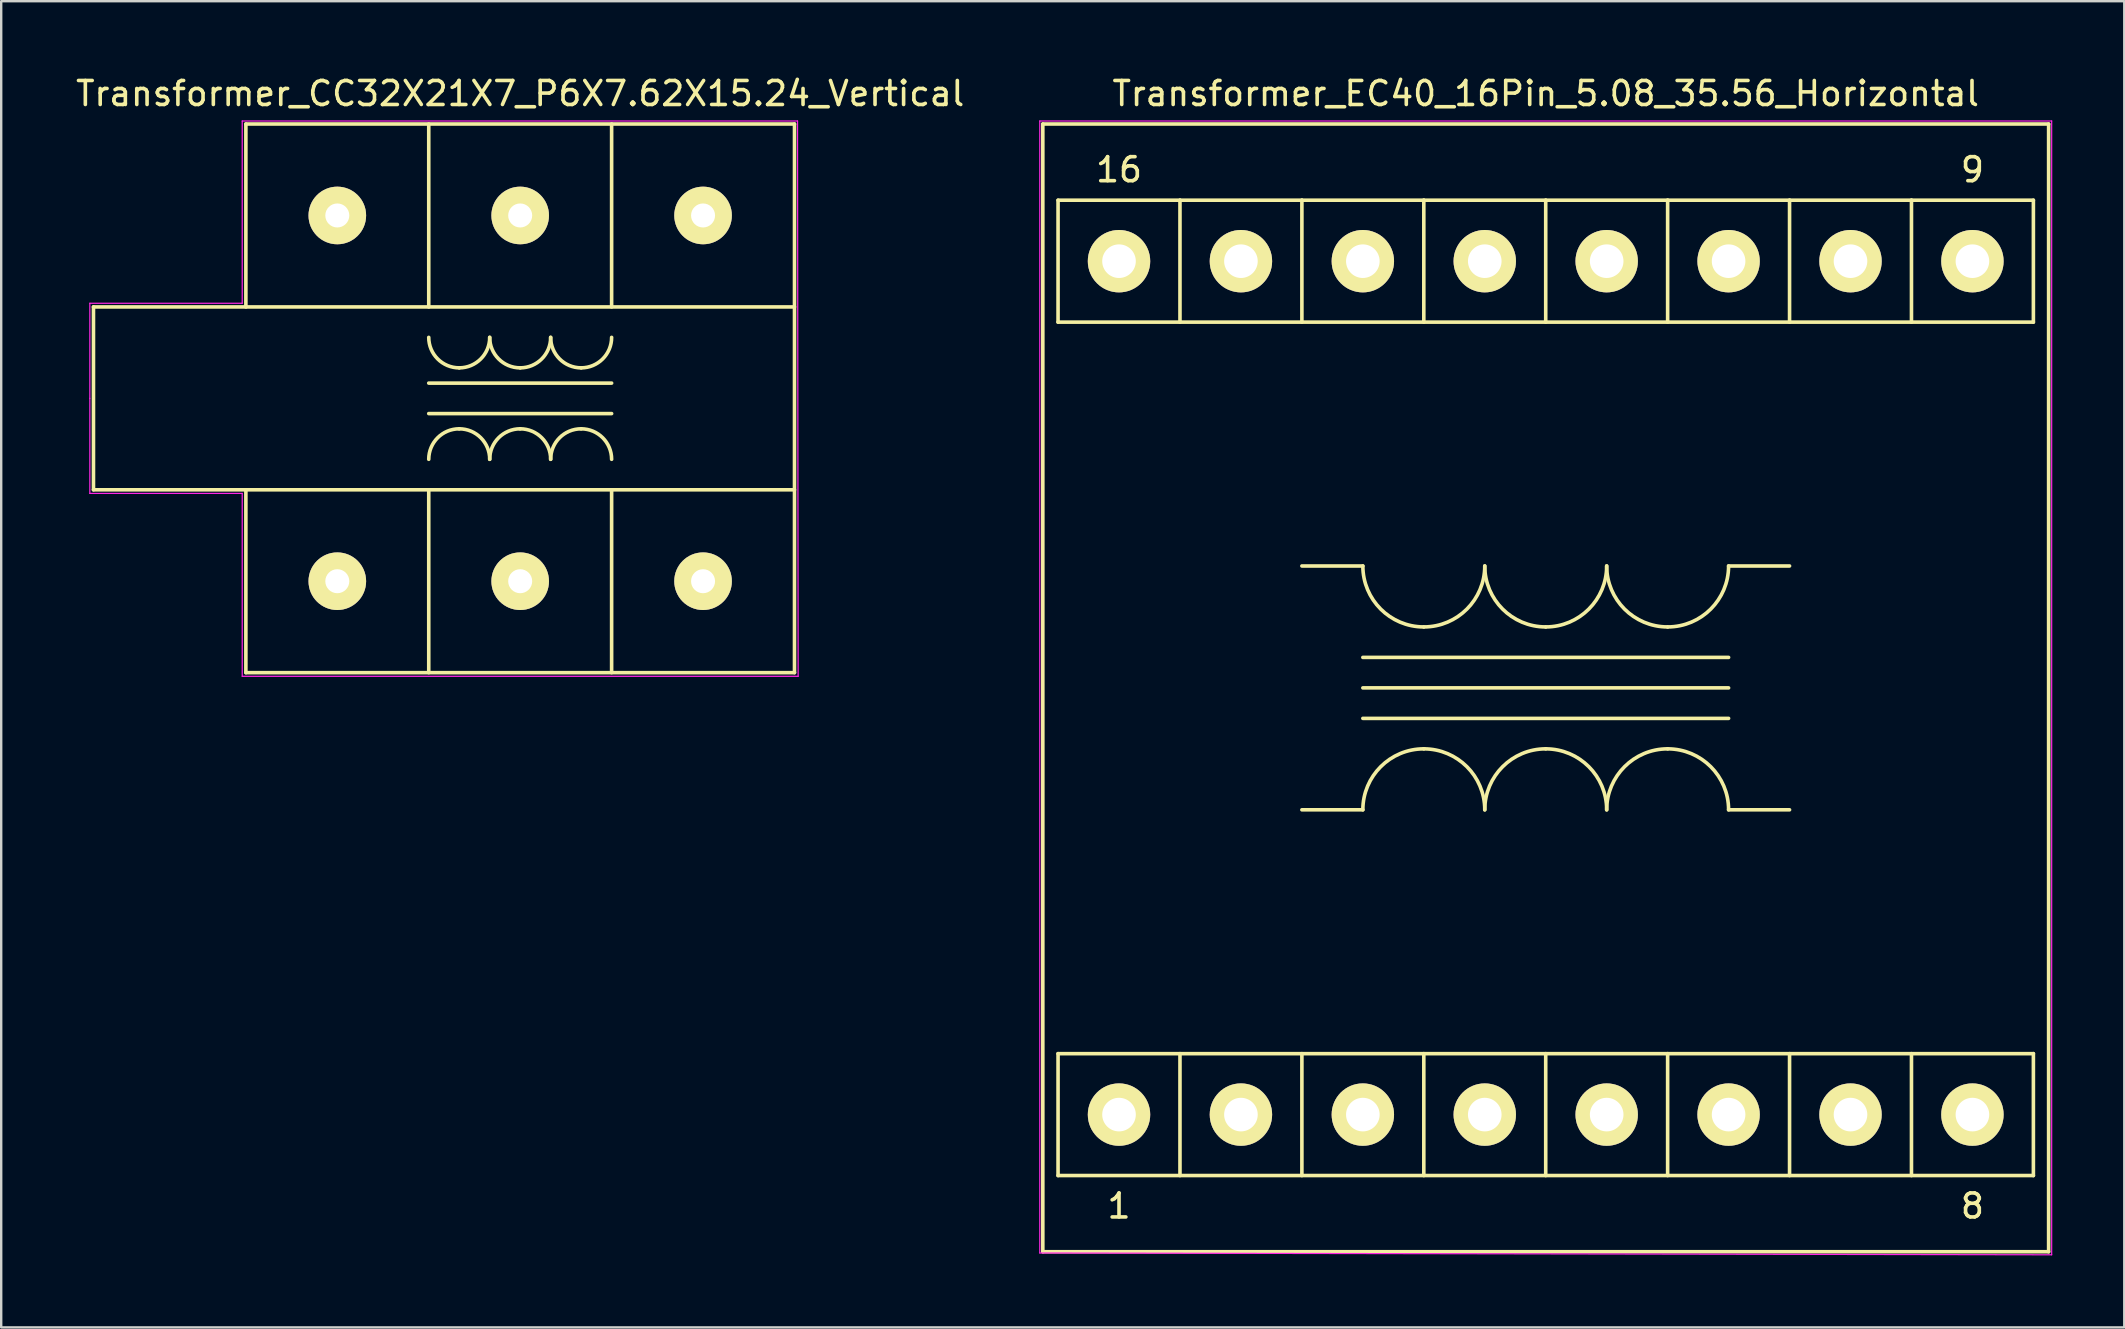
<source format=kicad_pcb>
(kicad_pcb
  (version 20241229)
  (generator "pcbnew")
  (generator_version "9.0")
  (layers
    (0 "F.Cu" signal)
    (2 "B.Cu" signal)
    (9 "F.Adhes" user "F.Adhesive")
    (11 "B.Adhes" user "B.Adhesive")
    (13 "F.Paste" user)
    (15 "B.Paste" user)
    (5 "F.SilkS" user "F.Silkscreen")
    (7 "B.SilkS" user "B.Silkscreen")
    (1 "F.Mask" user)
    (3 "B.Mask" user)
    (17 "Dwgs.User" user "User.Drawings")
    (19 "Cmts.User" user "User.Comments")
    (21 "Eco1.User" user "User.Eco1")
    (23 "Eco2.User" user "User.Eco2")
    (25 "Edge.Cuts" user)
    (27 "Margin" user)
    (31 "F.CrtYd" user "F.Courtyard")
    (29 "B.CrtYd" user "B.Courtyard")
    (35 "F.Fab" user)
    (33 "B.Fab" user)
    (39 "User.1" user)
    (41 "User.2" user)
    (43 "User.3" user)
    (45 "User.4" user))
  (footprint "Transformer_CC32X21X7_P6X7.62X15.24_Vertical"
    (layer "F.Cu")
    (at 11.005 21.168)
    (property "Reference" "Transformer_CC32X21X7_P6X7.62X15.24_Vertical" (at 7.62 -20.32 0) (layer "F.SilkS") (effects (font (size 1 1) (thickness 0.15))))
    (attr through_hole)
    (fp_line (start -10.16 -11.43) (end 19.05 -11.43) (stroke (width 0.15) (type solid)) (layer "F.SilkS"))
    (fp_line (start -10.16 -3.81) (end -10.16 -11.43) (stroke (width 0.15) (type solid)) (layer "F.SilkS"))
    (fp_line (start -10.16 -3.81) (end 19.05 -3.81) (stroke (width 0.15) (type solid)) (layer "F.SilkS"))
    (fp_line (start -3.81 -19.05) (end -3.81 -11.43) (stroke (width 0.15) (type solid)) (layer "F.SilkS"))
    (fp_line (start -3.81 -19.05) (end 19.05 -19.05) (stroke (width 0.15) (type solid)) (layer "F.SilkS"))
    (fp_line (start -3.81 3.81) (end -3.81 -3.81) (stroke (width 0.15) (type solid)) (layer "F.SilkS"))
    (fp_line (start -3.81 3.81) (end 19.05 3.81) (stroke (width 0.15) (type solid)) (layer "F.SilkS"))
    (fp_line (start 3.81 -19.05) (end 3.81 -11.43) (stroke (width 0.15) (type solid)) (layer "F.SilkS"))
    (fp_line (start 3.81 -8.255) (end 11.43 -8.255) (stroke (width 0.15) (type solid)) (layer "F.SilkS"))
    (fp_line (start 3.81 -6.985) (end 11.43 -6.985) (stroke (width 0.15) (type solid)) (layer "F.SilkS"))
    (fp_line (start 3.81 3.81) (end 3.81 -3.81) (stroke (width 0.15) (type solid)) (layer "F.SilkS"))
    (fp_line (start 11.43 -19.05) (end 11.43 -11.43) (stroke (width 0.15) (type solid)) (layer "F.SilkS"))
    (fp_line (start 11.43 3.81) (end 11.43 -3.81) (stroke (width 0.15) (type solid)) (layer "F.SilkS"))
    (fp_line (start 19.05 3.81) (end 19.05 -19.05) (stroke (width 0.15) (type solid)) (layer "F.SilkS"))
    (fp_arc (start 3.81 -5.08) (mid 4.181974 -5.978026) (end 5.08 -6.35) (stroke (width 0.15) (type solid)) (layer "F.SilkS"))
    (fp_arc (start 5.08 -8.89) (mid 4.181974 -9.261974) (end 3.81 -10.16) (stroke (width 0.15) (type solid)) (layer "F.SilkS"))
    (fp_arc (start 5.08 -6.35) (mid 5.978026 -5.978026) (end 6.35 -5.08) (stroke (width 0.15) (type solid)) (layer "F.SilkS"))
    (fp_arc (start 6.35 -10.16) (mid 5.978026 -9.261974) (end 5.08 -8.89) (stroke (width 0.15) (type solid)) (layer "F.SilkS"))
    (fp_arc (start 6.35 -5.08) (mid 6.721974 -5.978026) (end 7.62 -6.35) (stroke (width 0.15) (type solid)) (layer "F.SilkS"))
    (fp_arc (start 7.62 -8.89) (mid 6.721974 -9.261974) (end 6.35 -10.16) (stroke (width 0.15) (type solid)) (layer "F.SilkS"))
    (fp_arc (start 7.62 -6.35) (mid 8.518026 -5.978026) (end 8.89 -5.08) (stroke (width 0.15) (type solid)) (layer "F.SilkS"))
    (fp_arc (start 8.89 -10.16) (mid 8.518026 -9.261974) (end 7.62 -8.89) (stroke (width 0.15) (type solid)) (layer "F.SilkS"))
    (fp_arc (start 8.89 -5.08) (mid 9.261974 -5.978026) (end 10.16 -6.35) (stroke (width 0.15) (type solid)) (layer "F.SilkS"))
    (fp_arc (start 10.16 -8.89) (mid 9.261974 -9.261974) (end 8.89 -10.16) (stroke (width 0.15) (type solid)) (layer "F.SilkS"))
    (fp_arc (start 10.16 -6.35) (mid 11.058026 -5.978026) (end 11.43 -5.08) (stroke (width 0.15) (type solid)) (layer "F.SilkS"))
    (fp_arc (start 11.43 -10.16) (mid 11.058026 -9.261974) (end 10.16 -8.89) (stroke (width 0.15) (type solid)) (layer "F.SilkS"))
    (fp_line (start -10.312 -11.582) (end -3.962 -11.582) (stroke (width 0.05) (type solid)) (layer "F.CrtYd"))
    (fp_line (start -10.312 -7.62) (end -10.312 -11.582) (stroke (width 0.05) (type solid)) (layer "F.CrtYd"))
    (fp_line (start -10.312 -3.658) (end -10.312 -7.62) (stroke (width 0.05) (type solid)) (layer "F.CrtYd"))
    (fp_line (start -3.962 -19.177) (end 19.177 -19.177) (stroke (width 0.05) (type solid)) (layer "F.CrtYd"))
    (fp_line (start -3.962 -11.582) (end -3.962 -19.177) (stroke (width 0.05) (type solid)) (layer "F.CrtYd"))
    (fp_line (start -3.962 -3.658) (end -10.312 -3.658) (stroke (width 0.05) (type solid)) (layer "F.CrtYd"))
    (fp_line (start -3.962 -3.658) (end -3.962 3.962) (stroke (width 0.05) (type solid)) (layer "F.CrtYd"))
    (fp_line (start 19.177 -19.177) (end 19.202 3.962) (stroke (width 0.05) (type solid)) (layer "F.CrtYd"))
    (fp_line (start 19.202 3.962) (end -3.962 3.962) (stroke (width 0.05) (type solid)) (layer "F.CrtYd"))
    (pad "1" thru_hole circle (at 0 0) (size 2.4 2.4) (drill 1) (layers "*.Cu" "*.Mask" "F.SilkS"))
    (pad "2" thru_hole circle (at 7.62 0) (size 2.4 2.4) (drill 1) (layers "*.Cu" "*.Mask" "F.SilkS"))
    (pad "3" thru_hole circle (at 15.24 0) (size 2.4 2.4) (drill 1) (layers "*.Cu" "*.Mask" "F.SilkS"))
    (pad "4" thru_hole circle (at 15.24 -15.24) (size 2.4 2.4) (drill 1) (layers "*.Cu" "*.Mask" "F.SilkS"))
    (pad "5" thru_hole circle (at 7.62 -15.24) (size 2.4 2.4) (drill 1) (layers "*.Cu" "*.Mask" "F.SilkS"))
    (pad "6" thru_hole circle (at 0 -15.24) (size 2.4 2.4) (drill 1) (layers "*.Cu" "*.Mask" "F.SilkS")))
  (footprint "Transformer_EC40_16Pin_5.08_35.56_Horizontal"
    (layer "F.Cu")
    (at 43.577 43.393)
    (property "Reference" "Transformer_EC40_16Pin_5.08_35.56_Horizontal" (at 17.78 -42.545 0) (layer "F.SilkS") (effects (font (size 1 1) (thickness 0.15))))
    (attr through_hole)
    (fp_line (start -3.175 -41.275) (end 38.735 -41.275) (stroke (width 0.15) (type solid)) (layer "F.SilkS"))
    (fp_line (start -3.175 5.715) (end -3.175 -41.275) (stroke (width 0.15) (type solid)) (layer "F.SilkS"))
    (fp_line (start -2.54 -38.1) (end 2.54 -38.1) (stroke (width 0.15) (type solid)) (layer "F.SilkS"))
    (fp_line (start -2.54 -33.02) (end -2.54 -38.1) (stroke (width 0.15) (type solid)) (layer "F.SilkS"))
    (fp_line (start -2.54 -2.54) (end 38.1 -2.54) (stroke (width 0.15) (type solid)) (layer "F.SilkS"))
    (fp_line (start -2.54 2.54) (end -2.54 -2.54) (stroke (width 0.15) (type solid)) (layer "F.SilkS"))
    (fp_line (start -2.54 2.54) (end 38.1 2.54) (stroke (width 0.15) (type solid)) (layer "F.SilkS"))
    (fp_line (start 2.54 -38.1) (end 2.54 -33.02) (stroke (width 0.15) (type solid)) (layer "F.SilkS"))
    (fp_line (start 2.54 -38.1) (end 7.62 -38.1) (stroke (width 0.15) (type solid)) (layer "F.SilkS"))
    (fp_line (start 2.54 -2.54) (end 2.54 2.54) (stroke (width 0.15) (type solid)) (layer "F.SilkS"))
    (fp_line (start 7.62 -38.1) (end 7.62 -33.02) (stroke (width 0.15) (type solid)) (layer "F.SilkS"))
    (fp_line (start 7.62 -38.1) (end 12.7 -38.1) (stroke (width 0.15) (type solid)) (layer "F.SilkS"))
    (fp_line (start 7.62 -22.86) (end 10.16 -22.86) (stroke (width 0.15) (type solid)) (layer "F.SilkS"))
    (fp_line (start 7.62 -12.7) (end 10.16 -12.7) (stroke (width 0.15) (type solid)) (layer "F.SilkS"))
    (fp_line (start 7.62 -2.54) (end 7.62 2.54) (stroke (width 0.15) (type solid)) (layer "F.SilkS"))
    (fp_line (start 10.16 -19.05) (end 25.4 -19.05) (stroke (width 0.15) (type solid)) (layer "F.SilkS"))
    (fp_line (start 10.16 -17.78) (end 25.4 -17.78) (stroke (width 0.15) (type solid)) (layer "F.SilkS"))
    (fp_line (start 10.16 -16.51) (end 25.4 -16.51) (stroke (width 0.15) (type solid)) (layer "F.SilkS"))
    (fp_line (start 12.7 -38.1) (end 12.7 -33.02) (stroke (width 0.15) (type solid)) (layer "F.SilkS"))
    (fp_line (start 12.7 -38.1) (end 17.78 -38.1) (stroke (width 0.15) (type solid)) (layer "F.SilkS"))
    (fp_line (start 12.7 -2.54) (end 12.7 2.54) (stroke (width 0.15) (type solid)) (layer "F.SilkS"))
    (fp_line (start 17.78 -38.1) (end 17.78 -33.02) (stroke (width 0.15) (type solid)) (layer "F.SilkS"))
    (fp_line (start 17.78 -38.1) (end 22.86 -38.1) (stroke (width 0.15) (type solid)) (layer "F.SilkS"))
    (fp_line (start 17.78 -2.54) (end 17.78 2.54) (stroke (width 0.15) (type solid)) (layer "F.SilkS"))
    (fp_line (start 22.86 -38.1) (end 22.86 -33.02) (stroke (width 0.15) (type solid)) (layer "F.SilkS"))
    (fp_line (start 22.86 -38.1) (end 27.94 -38.1) (stroke (width 0.15) (type solid)) (layer "F.SilkS"))
    (fp_line (start 22.86 -2.54) (end 22.86 2.54) (stroke (width 0.15) (type solid)) (layer "F.SilkS"))
    (fp_line (start 25.4 -22.86) (end 27.94 -22.86) (stroke (width 0.15) (type solid)) (layer "F.SilkS"))
    (fp_line (start 25.4 -12.7) (end 27.94 -12.7) (stroke (width 0.15) (type solid)) (layer "F.SilkS"))
    (fp_line (start 27.94 -38.1) (end 27.94 -33.02) (stroke (width 0.15) (type solid)) (layer "F.SilkS"))
    (fp_line (start 27.94 -38.1) (end 33.02 -38.1) (stroke (width 0.15) (type solid)) (layer "F.SilkS"))
    (fp_line (start 27.94 -2.54) (end 27.94 2.54) (stroke (width 0.15) (type solid)) (layer "F.SilkS"))
    (fp_line (start 33.02 -38.1) (end 33.02 -33.02) (stroke (width 0.15) (type solid)) (layer "F.SilkS"))
    (fp_line (start 33.02 -38.1) (end 38.1 -38.1) (stroke (width 0.15) (type solid)) (layer "F.SilkS"))
    (fp_line (start 33.02 -2.54) (end 33.02 2.54) (stroke (width 0.15) (type solid)) (layer "F.SilkS"))
    (fp_line (start 38.1 -38.1) (end 38.1 -33.02) (stroke (width 0.15) (type solid)) (layer "F.SilkS"))
    (fp_line (start 38.1 -33.02) (end -2.54 -33.02) (stroke (width 0.15) (type solid)) (layer "F.SilkS"))
    (fp_line (start 38.1 2.54) (end 38.1 -2.54) (stroke (width 0.15) (type solid)) (layer "F.SilkS"))
    (fp_line (start 38.735 -41.275) (end 38.735 5.715) (stroke (width 0.15) (type solid)) (layer "F.SilkS"))
    (fp_line (start 38.735 5.715) (end -3.175 5.715) (stroke (width 0.15) (type solid)) (layer "F.SilkS"))
    (fp_arc (start 10.16 -12.7) (mid 10.903949 -14.496051) (end 12.7 -15.24) (stroke (width 0.15) (type solid)) (layer "F.SilkS"))
    (fp_arc (start 12.7 -20.32) (mid 10.903949 -21.063949) (end 10.16 -22.86) (stroke (width 0.15) (type solid)) (layer "F.SilkS"))
    (fp_arc (start 12.7 -15.24) (mid 14.496051 -14.496051) (end 15.24 -12.7) (stroke (width 0.15) (type solid)) (layer "F.SilkS"))
    (fp_arc (start 15.24 -22.86) (mid 14.496051 -21.063949) (end 12.7 -20.32) (stroke (width 0.15) (type solid)) (layer "F.SilkS"))
    (fp_arc (start 15.24 -12.7) (mid 15.983949 -14.496051) (end 17.78 -15.24) (stroke (width 0.15) (type solid)) (layer "F.SilkS"))
    (fp_arc (start 17.78 -20.32) (mid 15.983949 -21.063949) (end 15.24 -22.86) (stroke (width 0.15) (type solid)) (layer "F.SilkS"))
    (fp_arc (start 17.78 -15.24) (mid 19.576051 -14.496051) (end 20.32 -12.7) (stroke (width 0.15) (type solid)) (layer "F.SilkS"))
    (fp_arc (start 20.32 -22.86) (mid 19.576051 -21.063949) (end 17.78 -20.32) (stroke (width 0.15) (type solid)) (layer "F.SilkS"))
    (fp_arc (start 20.32 -12.7) (mid 21.063949 -14.496051) (end 22.86 -15.24) (stroke (width 0.15) (type solid)) (layer "F.SilkS"))
    (fp_arc (start 22.86 -20.32) (mid 21.063949 -21.063949) (end 20.32 -22.86) (stroke (width 0.15) (type solid)) (layer "F.SilkS"))
    (fp_arc (start 22.86 -15.24) (mid 24.656051 -14.496051) (end 25.4 -12.7) (stroke (width 0.15) (type solid)) (layer "F.SilkS"))
    (fp_arc (start 25.4 -22.86) (mid 24.656051 -21.063949) (end 22.86 -20.32) (stroke (width 0.15) (type solid)) (layer "F.SilkS"))
    (fp_line (start -3.302 -41.402) (end 38.862 -41.402) (stroke (width 0.05) (type solid)) (layer "F.CrtYd"))
    (fp_line (start -3.302 5.766) (end -3.302 -41.402) (stroke (width 0.05) (type solid)) (layer "F.CrtYd"))
    (fp_line (start 38.862 -41.402) (end 38.862 5.842) (stroke (width 0.05) (type solid)) (layer "F.CrtYd"))
    (fp_line (start 38.862 5.842) (end -3.302 5.766) (stroke (width 0.05) (type solid)) (layer "F.CrtYd"))
    (fp_text user "8" (at 35.56 3.81 0) (layer "F.SilkS") (effects (font (size 1 1) (thickness 0.15))))
    (fp_text user "9" (at 35.56 -39.37 0) (layer "F.SilkS") (effects (font (size 1 1) (thickness 0.15))))
    (fp_text user "16" (at 0 -39.37 0) (layer "F.SilkS") (effects (font (size 1 1) (thickness 0.15))))
    (fp_text user "1" (at 0 3.81 0) (layer "F.SilkS") (effects (font (size 1 1) (thickness 0.15))))
    (pad "1" thru_hole circle (at 0 0) (size 2.6 2.6) (drill 1.4) (layers "*.Cu" "*.Mask" "F.SilkS"))
    (pad "2" thru_hole circle (at 5.08 0) (size 2.6 2.6) (drill 1.4) (layers "*.Cu" "*.Mask" "F.SilkS"))
    (pad "3" thru_hole circle (at 10.16 0) (size 2.6 2.6) (drill 1.4) (layers "*.Cu" "*.Mask" "F.SilkS"))
    (pad "4" thru_hole circle (at 15.24 0) (size 2.6 2.6) (drill 1.4) (layers "*.Cu" "*.Mask" "F.SilkS"))
    (pad "5" thru_hole circle (at 20.32 0) (size 2.6 2.6) (drill 1.4) (layers "*.Cu" "*.Mask" "F.SilkS"))
    (pad "6" thru_hole circle (at 25.4 0) (size 2.6 2.6) (drill 1.4) (layers "*.Cu" "*.Mask" "F.SilkS"))
    (pad "7" thru_hole circle (at 30.48 0) (size 2.6 2.6) (drill 1.4) (layers "*.Cu" "*.Mask" "F.SilkS"))
    (pad "8" thru_hole circle (at 35.56 0) (size 2.6 2.6) (drill 1.4) (layers "*.Cu" "*.Mask" "F.SilkS"))
    (pad "9" thru_hole circle (at 35.56 -35.56) (size 2.6 2.6) (drill 1.4) (layers "*.Cu" "*.Mask" "F.SilkS"))
    (pad "10" thru_hole circle (at 30.48 -35.56) (size 2.6 2.6) (drill 1.4) (layers "*.Cu" "*.Mask" "F.SilkS"))
    (pad "11" thru_hole circle (at 25.4 -35.56) (size 2.6 2.6) (drill 1.4) (layers "*.Cu" "*.Mask" "F.SilkS"))
    (pad "12" thru_hole circle (at 20.32 -35.56) (size 2.6 2.6) (drill 1.4) (layers "*.Cu" "*.Mask" "F.SilkS"))
    (pad "13" thru_hole circle (at 15.24 -35.56) (size 2.6 2.6) (drill 1.4) (layers "*.Cu" "*.Mask" "F.SilkS"))
    (pad "14" thru_hole circle (at 10.16 -35.56) (size 2.6 2.6) (drill 1.4) (layers "*.Cu" "*.Mask" "F.SilkS"))
    (pad "15" thru_hole circle (at 5.08 -35.56) (size 2.6 2.6) (drill 1.4) (layers "*.Cu" "*.Mask" "F.SilkS"))
    (pad "16" thru_hole circle (at 0 -35.56) (size 2.6 2.6) (drill 1.4) (layers "*.Cu" "*.Mask" "F.SilkS")))
  (gr_rect
    (start -3 -3)
    (end 85.464 52.26)
    (stroke (width 0.1) (type default))
    (fill no)
    (layer "Edge.Cuts")))
</source>
